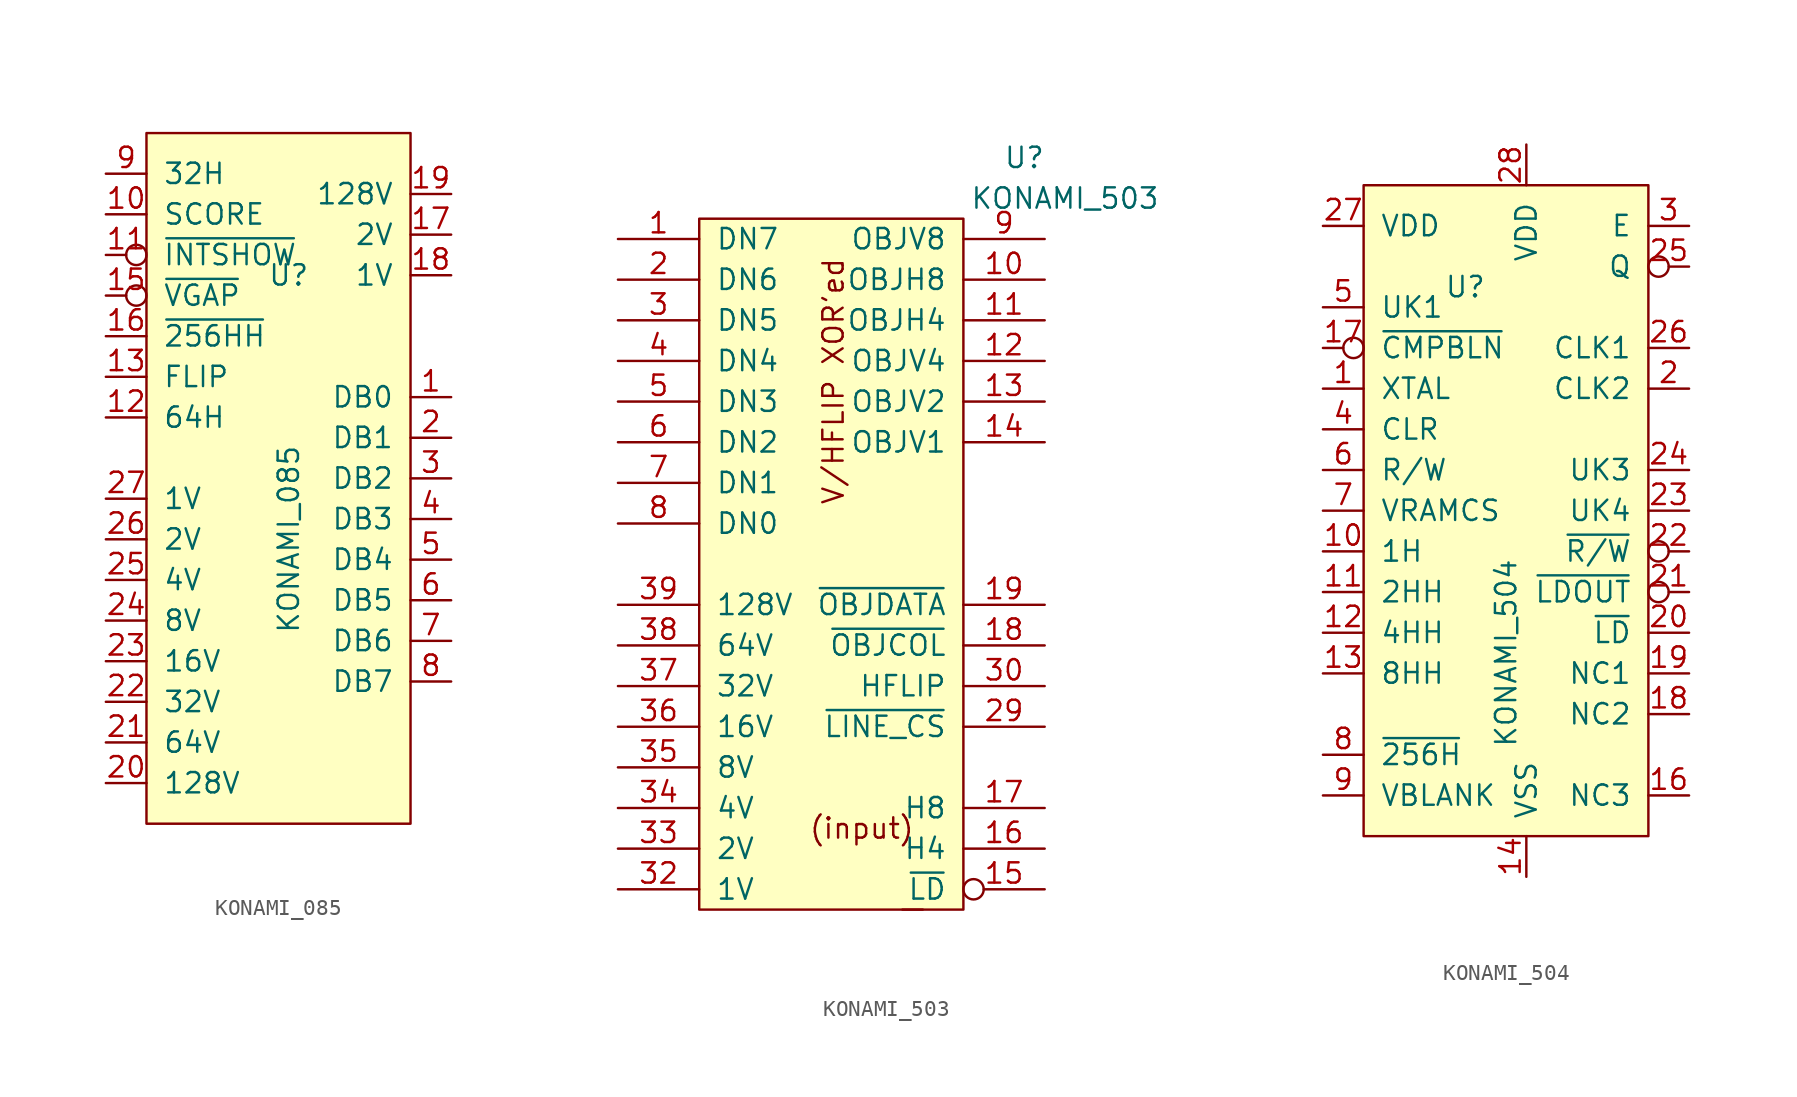
<source format=kicad_sym>
(kicad_symbol_lib
  (version 20211014)
  (generator kicad_symbol_editor)
  (symbol "KONAMI_085"
    (pin_names
      (offset 1.016))
    (property "Reference" "U"
      (at 0 0 0)
      (effects (font (size 1.27 1.27))))
    (property "Value" "KONAMI_085"
      (at 0 -16.51 90)
      (effects (font (size 1.27 1.27))))
    (symbol "KONAMI_085_0_1"
      (rectangle (start -8.89 8.89) (end 7.62 -34.29) (stroke (width 0) (type default) (color 0 0 0 0)) (fill (type background))))
    (symbol "KONAMI_085_1_1"
      (pin input line (at 10.16 -7.62 180) (length 2.54) (name "DB0" (effects (font (size 1.27 1.27)))) (number "1" (effects (font (size 1.27 1.27)))))
      (pin input line (at -11.43 3.81 0) (length 2.54) (name "SCORE" (effects (font (size 1.27 1.27)))) (number "10" (effects (font (size 1.27 1.27)))))
      (pin input inverted (at -11.43 1.27 0) (length 2.54) (name "~{INTSHOW}" (effects (font (size 1.27 1.27)))) (number "11" (effects (font (size 1.27 1.27)))))
      (pin input line (at -11.43 -8.89 0) (length 2.54) (name "64H" (effects (font (size 1.27 1.27)))) (number "12" (effects (font (size 1.27 1.27)))))
      (pin input line (at -11.43 -6.35 0) (length 2.54) (name "FLIP" (effects (font (size 1.27 1.27)))) (number "13" (effects (font (size 1.27 1.27)))))
      (pin input inverted (at -11.43 -1.27 0) (length 2.54) (name "~{VGAP}" (effects (font (size 1.27 1.27)))) (number "15" (effects (font (size 1.27 1.27)))))
      (pin input line (at -11.43 -3.81 0) (length 2.54) (name "~{256HH}" (effects (font (size 1.27 1.27)))) (number "16" (effects (font (size 1.27 1.27)))))
      (pin output line (at 10.16 2.54 180) (length 2.54) (name "2V" (effects (font (size 1.27 1.27)))) (number "17" (effects (font (size 1.27 1.27)))))
      (pin output line (at 10.16 0 180) (length 2.54) (name "1V" (effects (font (size 1.27 1.27)))) (number "18" (effects (font (size 1.27 1.27)))))
      (pin output line (at 10.16 5.08 180) (length 2.54) (name "128V" (effects (font (size 1.27 1.27)))) (number "19" (effects (font (size 1.27 1.27)))))
      (pin input line (at 10.16 -10.16 180) (length 2.54) (name "DB1" (effects (font (size 1.27 1.27)))) (number "2" (effects (font (size 1.27 1.27)))))
      (pin bidirectional line (at -11.43 -31.75 0) (length 2.54) (name "128V" (effects (font (size 1.27 1.27)))) (number "20" (effects (font (size 1.27 1.27)))))
      (pin bidirectional line (at -11.43 -29.21 0) (length 2.54) (name "64V" (effects (font (size 1.27 1.27)))) (number "21" (effects (font (size 1.27 1.27)))))
      (pin bidirectional line (at -11.43 -26.67 0) (length 2.54) (name "32V" (effects (font (size 1.27 1.27)))) (number "22" (effects (font (size 1.27 1.27)))))
      (pin bidirectional line (at -11.43 -24.13 0) (length 2.54) (name "16V" (effects (font (size 1.27 1.27)))) (number "23" (effects (font (size 1.27 1.27)))))
      (pin bidirectional line (at -11.43 -21.59 0) (length 2.54) (name "8V" (effects (font (size 1.27 1.27)))) (number "24" (effects (font (size 1.27 1.27)))))
      (pin bidirectional line (at -11.43 -19.05 0) (length 2.54) (name "4V" (effects (font (size 1.27 1.27)))) (number "25" (effects (font (size 1.27 1.27)))))
      (pin bidirectional line (at -11.43 -16.51 0) (length 2.54) (name "2V" (effects (font (size 1.27 1.27)))) (number "26" (effects (font (size 1.27 1.27)))))
      (pin bidirectional line (at -11.43 -13.97 0) (length 2.54) (name "1V" (effects (font (size 1.27 1.27)))) (number "27" (effects (font (size 1.27 1.27)))))
      (pin input line (at 10.16 -12.7 180) (length 2.54) (name "DB2" (effects (font (size 1.27 1.27)))) (number "3" (effects (font (size 1.27 1.27)))))
      (pin input line (at 10.16 -15.24 180) (length 2.54) (name "DB3" (effects (font (size 1.27 1.27)))) (number "4" (effects (font (size 1.27 1.27)))))
      (pin input line (at 10.16 -17.78 180) (length 2.54) (name "DB4" (effects (font (size 1.27 1.27)))) (number "5" (effects (font (size 1.27 1.27)))))
      (pin input line (at 10.16 -20.32 180) (length 2.54) (name "DB5" (effects (font (size 1.27 1.27)))) (number "6" (effects (font (size 1.27 1.27)))))
      (pin input line (at 10.16 -22.86 180) (length 2.54) (name "DB6" (effects (font (size 1.27 1.27)))) (number "7" (effects (font (size 1.27 1.27)))))
      (pin input line (at 10.16 -25.4 180) (length 2.54) (name "DB7" (effects (font (size 1.27 1.27)))) (number "8" (effects (font (size 1.27 1.27)))))
      (pin input line (at -11.43 6.35 0) (length 2.54) (name "32H" (effects (font (size 1.27 1.27)))) (number "9" (effects (font (size 1.27 1.27)))))))
  (symbol "KONAMI_503"
    (pin_names
      (offset 1.016))
    (property "Reference" "U"
      (at 15.24 11.43 0)
      (effects (font (size 1.27 1.27))))
    (property "Value" "KONAMI_503"
      (at 17.78 8.89 0)
      (effects (font (size 1.27 1.27))))
    (symbol "KONAMI_503_0_0"
      (text "(input)" (at 5.08 -30.48 0) (effects (font (size 1.27 1.27))))
      (text "V/HFLIP XOR'ed" (at 3.302 -2.54 900) (effects (font (size 1.27 1.27)))))
    (symbol "KONAMI_503_0_1"
      (rectangle (start -5.08 7.62) (end 11.43 -35.56) (stroke (width 0) (type default) (color 0 0 0 0)) (fill (type background)))
      (rectangle (start 8.89 -35.56) (end 7.62 -35.56) (stroke (width 0) (type default) (color 0 0 0 0)) (fill (type background))))
    (symbol "KONAMI_503_1_0"
      (pin input line (at -10.16 6.35 0) (length 5.08) (name "DN7" (effects (font (size 1.27 1.27)))) (number "1" (effects (font (size 1.27 1.27)))))
      (pin output line (at 16.51 3.81 180) (length 5.08) (name "OBJH8" (effects (font (size 1.27 1.27)))) (number "10" (effects (font (size 1.27 1.27)))))
      (pin output line (at 16.51 1.27 180) (length 5.08) (name "OBJH4" (effects (font (size 1.27 1.27)))) (number "11" (effects (font (size 1.27 1.27)))))
      (pin output line (at 16.51 -1.27 180) (length 5.08) (name "OBJV4" (effects (font (size 1.27 1.27)))) (number "12" (effects (font (size 1.27 1.27)))))
      (pin output line (at 16.51 -3.81 180) (length 5.08) (name "OBJV2" (effects (font (size 1.27 1.27)))) (number "13" (effects (font (size 1.27 1.27)))))
      (pin output line (at 16.51 -6.35 180) (length 5.08) (name "OBJV1" (effects (font (size 1.27 1.27)))) (number "14" (effects (font (size 1.27 1.27)))))
      (pin input inverted (at 16.51 -34.29 180) (length 5.08) (name "~{LD}" (effects (font (size 1.27 1.27)))) (number "15" (effects (font (size 1.27 1.27)))))
      (pin input line (at 16.51 -31.75 180) (length 5.08) (name "H4" (effects (font (size 1.27 1.27)))) (number "16" (effects (font (size 1.27 1.27)))))
      (pin input line (at 16.51 -29.21 180) (length 5.08) (name "H8" (effects (font (size 1.27 1.27)))) (number "17" (effects (font (size 1.27 1.27)))))
      (pin output line (at 16.51 -19.05 180) (length 5.08) (name "~{OBJCOL}" (effects (font (size 1.27 1.27)))) (number "18" (effects (font (size 1.27 1.27)))))
      (pin output line (at 16.51 -16.51 180) (length 5.08) (name "~{OBJDATA}" (effects (font (size 1.27 1.27)))) (number "19" (effects (font (size 1.27 1.27)))))
      (pin input line (at -10.16 3.81 0) (length 5.08) (name "DN6" (effects (font (size 1.27 1.27)))) (number "2" (effects (font (size 1.27 1.27)))))
      (pin output line (at 16.51 -24.13 180) (length 5.08) (name "~{LINE_CS}" (effects (font (size 1.27 1.27)))) (number "29" (effects (font (size 1.27 1.27)))))
      (pin input line (at -10.16 1.27 0) (length 5.08) (name "DN5" (effects (font (size 1.27 1.27)))) (number "3" (effects (font (size 1.27 1.27)))))
      (pin output line (at 16.51 -21.59 180) (length 5.08) (name "HFLIP" (effects (font (size 1.27 1.27)))) (number "30" (effects (font (size 1.27 1.27)))))
      (pin input line (at -10.16 -34.29 0) (length 5.08) (name "1V" (effects (font (size 1.27 1.27)))) (number "32" (effects (font (size 1.27 1.27)))))
      (pin input line (at -10.16 -31.75 0) (length 5.08) (name "2V" (effects (font (size 1.27 1.27)))) (number "33" (effects (font (size 1.27 1.27)))))
      (pin input line (at -10.16 -29.21 0) (length 5.08) (name "4V" (effects (font (size 1.27 1.27)))) (number "34" (effects (font (size 1.27 1.27)))))
      (pin input line (at -10.16 -26.67 0) (length 5.08) (name "8V" (effects (font (size 1.27 1.27)))) (number "35" (effects (font (size 1.27 1.27)))))
      (pin input line (at -10.16 -24.13 0) (length 5.08) (name "16V" (effects (font (size 1.27 1.27)))) (number "36" (effects (font (size 1.27 1.27)))))
      (pin input line (at -10.16 -21.59 0) (length 5.08) (name "32V" (effects (font (size 1.27 1.27)))) (number "37" (effects (font (size 1.27 1.27)))))
      (pin input line (at -10.16 -19.05 0) (length 5.08) (name "64V" (effects (font (size 1.27 1.27)))) (number "38" (effects (font (size 1.27 1.27)))))
      (pin input line (at -10.16 -16.51 0) (length 5.08) (name "128V" (effects (font (size 1.27 1.27)))) (number "39" (effects (font (size 1.27 1.27)))))
      (pin input line (at -10.16 -1.27 0) (length 5.08) (name "DN4" (effects (font (size 1.27 1.27)))) (number "4" (effects (font (size 1.27 1.27)))))
      (pin power_in line (at 3.81 7.62 270) (length 5.08) hide (name "VCC" (effects (font (size 1.27 1.27)))) (number "40" (effects (font (size 1.27 1.27)))))
      (pin input line (at -10.16 -3.81 0) (length 5.08) (name "DN3" (effects (font (size 1.27 1.27)))) (number "5" (effects (font (size 1.27 1.27)))))
      (pin input line (at -10.16 -6.35 0) (length 5.08) (name "DN2" (effects (font (size 1.27 1.27)))) (number "6" (effects (font (size 1.27 1.27)))))
      (pin input line (at -10.16 -8.89 0) (length 5.08) (name "DN1" (effects (font (size 1.27 1.27)))) (number "7" (effects (font (size 1.27 1.27)))))
      (pin input line (at -10.16 -11.43 0) (length 5.08) (name "DN0" (effects (font (size 1.27 1.27)))) (number "8" (effects (font (size 1.27 1.27)))))
      (pin output line (at 16.51 6.35 180) (length 5.08) (name "OBJV8" (effects (font (size 1.27 1.27)))) (number "9" (effects (font (size 1.27 1.27))))))
    (symbol "KONAMI_503_1_1"
      (pin power_in line (at 3.81 -35.56 90) (length 5.08) hide (name "VSS" (effects (font (size 1.27 1.27)))) (number "20" (effects (font (size 1.27 1.27)))))))
  (symbol "KONAMI_504"
    (pin_names
      (offset 1.016))
    (property "Reference" "U"
      (at 0 0 0)
      (effects (font (size 1.27 1.27))))
    (property "Value" "KONAMI_504"
      (at 2.54 -22.86 90)
      (effects (font (size 1.27 1.27))))
    (symbol "KONAMI_504_0_1"
      (rectangle (start -6.35 6.35) (end 11.43 -34.29) (stroke (width 0) (type default) (color 0 0 0 0)) (fill (type background))))
    (symbol "KONAMI_504_1_1"
      (pin input line (at -8.89 -6.35 0) (length 2.54) (name "XTAL" (effects (font (size 1.27 1.27)))) (number "1" (effects (font (size 1.27 1.27)))))
      (pin input line (at -8.89 -16.51 0) (length 2.54) (name "1H" (effects (font (size 1.27 1.27)))) (number "10" (effects (font (size 1.27 1.27)))))
      (pin input line (at -8.89 -19.05 0) (length 2.54) (name "2HH" (effects (font (size 1.27 1.27)))) (number "11" (effects (font (size 1.27 1.27)))))
      (pin input line (at -8.89 -21.59 0) (length 2.54) (name "4HH" (effects (font (size 1.27 1.27)))) (number "12" (effects (font (size 1.27 1.27)))))
      (pin input line (at -8.89 -24.13 0) (length 2.54) (name "8HH" (effects (font (size 1.27 1.27)))) (number "13" (effects (font (size 1.27 1.27)))))
      (pin power_in line (at 3.81 -36.83 90) (length 2.54) (name "VSS" (effects (font (size 1.27 1.27)))) (number "14" (effects (font (size 1.27 1.27)))))
      (pin output line (at 13.97 -31.75 180) (length 2.54) (name "NC3" (effects (font (size 1.27 1.27)))) (number "16" (effects (font (size 1.27 1.27)))))
      (pin output inverted (at -8.89 -3.81 0) (length 2.54) (name "~{CMPBLN}" (effects (font (size 1.27 1.27)))) (number "17" (effects (font (size 1.27 1.27)))))
      (pin output line (at 13.97 -26.67 180) (length 2.54) (name "NC2" (effects (font (size 1.27 1.27)))) (number "18" (effects (font (size 1.27 1.27)))))
      (pin output line (at 13.97 -24.13 180) (length 2.54) (name "NC1" (effects (font (size 1.27 1.27)))) (number "19" (effects (font (size 1.27 1.27)))))
      (pin output line (at 13.97 -6.35 180) (length 2.54) (name "CLK2" (effects (font (size 1.27 1.27)))) (number "2" (effects (font (size 1.27 1.27)))))
      (pin output line (at 13.97 -21.59 180) (length 2.54) (name "~{LD}" (effects (font (size 1.27 1.27)))) (number "20" (effects (font (size 1.27 1.27)))))
      (pin output inverted (at 13.97 -19.05 180) (length 2.54) (name "~{LDOUT}" (effects (font (size 1.27 1.27)))) (number "21" (effects (font (size 1.27 1.27)))))
      (pin output inverted (at 13.97 -16.51 180) (length 2.54) (name "~{R/W}" (effects (font (size 1.27 1.27)))) (number "22" (effects (font (size 1.27 1.27)))))
      (pin output line (at 13.97 -13.97 180) (length 2.54) (name "UK4" (effects (font (size 1.27 1.27)))) (number "23" (effects (font (size 1.27 1.27)))))
      (pin output line (at 13.97 -11.43 180) (length 2.54) (name "UK3" (effects (font (size 1.27 1.27)))) (number "24" (effects (font (size 1.27 1.27)))))
      (pin output inverted (at 13.97 1.27 180) (length 2.54) (name "Q" (effects (font (size 1.27 1.27)))) (number "25" (effects (font (size 1.27 1.27)))))
      (pin output line (at 13.97 -3.81 180) (length 2.54) (name "CLK1" (effects (font (size 1.27 1.27)))) (number "26" (effects (font (size 1.27 1.27)))))
      (pin input line (at -8.89 3.81 0) (length 2.54) (name "VDD" (effects (font (size 1.27 1.27)))) (number "27" (effects (font (size 1.27 1.27)))))
      (pin power_in line (at 3.81 8.89 270) (length 2.54) (name "VDD" (effects (font (size 1.27 1.27)))) (number "28" (effects (font (size 1.27 1.27)))))
      (pin output line (at 13.97 3.81 180) (length 2.54) (name "E" (effects (font (size 1.27 1.27)))) (number "3" (effects (font (size 1.27 1.27)))))
      (pin input line (at -8.89 -8.89 0) (length 2.54) (name "CLR" (effects (font (size 1.27 1.27)))) (number "4" (effects (font (size 1.27 1.27)))))
      (pin input line (at -8.89 -1.27 0) (length 2.54) (name "UK1" (effects (font (size 1.27 1.27)))) (number "5" (effects (font (size 1.27 1.27)))))
      (pin input line (at -8.89 -11.43 0) (length 2.54) (name "R/W" (effects (font (size 1.27 1.27)))) (number "6" (effects (font (size 1.27 1.27)))))
      (pin input line (at -8.89 -13.97 0) (length 2.54) (name "VRAMCS" (effects (font (size 1.27 1.27)))) (number "7" (effects (font (size 1.27 1.27)))))
      (pin input line (at -8.89 -29.21 0) (length 2.54) (name "~{256H}" (effects (font (size 1.27 1.27)))) (number "8" (effects (font (size 1.27 1.27)))))
      (pin input line (at -8.89 -31.75 0) (length 2.54) (name "VBLANK" (effects (font (size 1.27 1.27)))) (number "9" (effects (font (size 1.27 1.27))))))))
</source>
